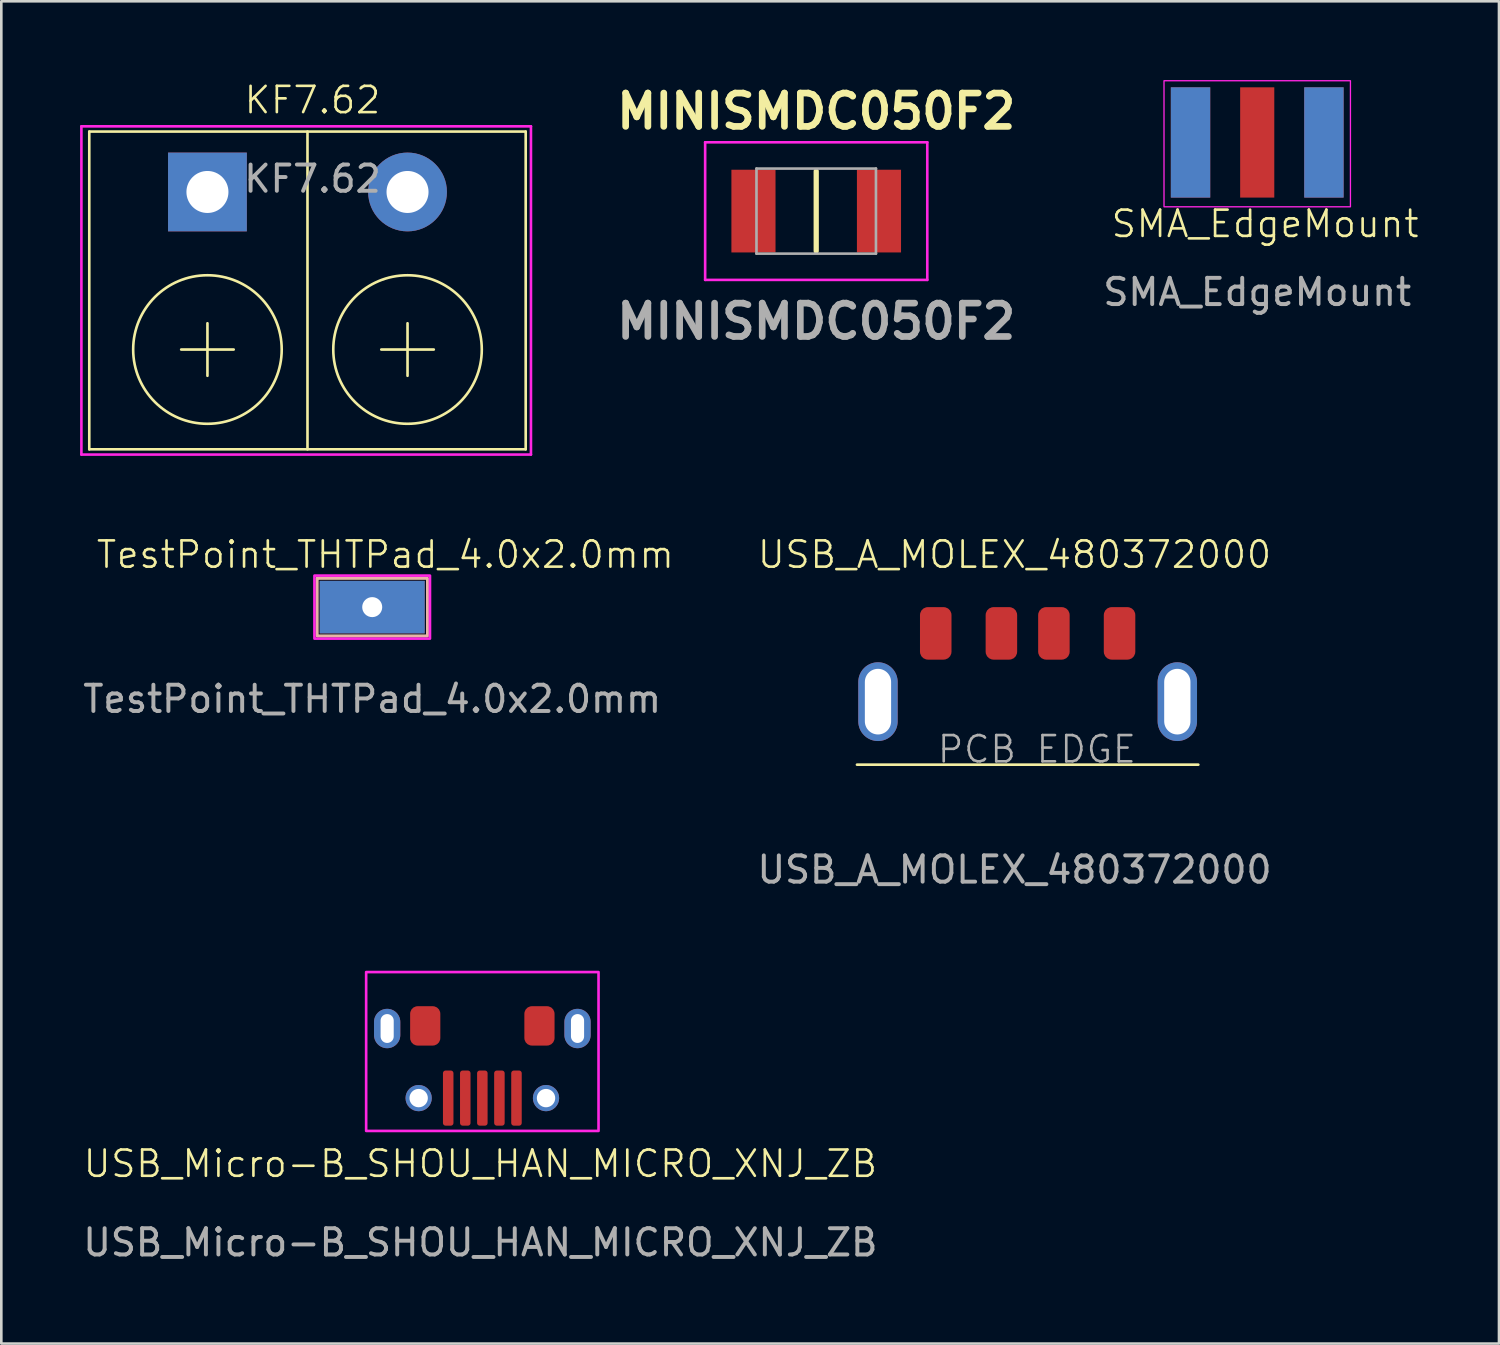
<source format=kicad_pcb>
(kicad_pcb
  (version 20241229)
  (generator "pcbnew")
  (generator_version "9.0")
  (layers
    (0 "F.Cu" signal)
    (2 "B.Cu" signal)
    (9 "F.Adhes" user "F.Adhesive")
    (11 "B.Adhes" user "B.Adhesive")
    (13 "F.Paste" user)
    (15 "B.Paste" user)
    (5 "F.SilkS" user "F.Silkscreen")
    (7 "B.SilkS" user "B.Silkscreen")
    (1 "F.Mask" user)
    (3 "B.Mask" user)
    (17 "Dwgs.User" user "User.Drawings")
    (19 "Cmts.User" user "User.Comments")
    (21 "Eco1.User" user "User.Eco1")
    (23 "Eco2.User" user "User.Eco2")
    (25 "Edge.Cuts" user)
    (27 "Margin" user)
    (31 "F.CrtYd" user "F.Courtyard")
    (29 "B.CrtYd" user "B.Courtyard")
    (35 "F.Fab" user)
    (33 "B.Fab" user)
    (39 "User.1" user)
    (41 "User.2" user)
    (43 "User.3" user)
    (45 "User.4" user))
  (footprint "MINISMDC050F2"
    (layer "F.Cu")
    (at 28.034 4.989)
    (property "Reference" "MINISMDC050F2" (at 0 -3.8 0) (layer "F.SilkS") (effects (font (size 1.27 1.27) (thickness 0.254))))
    (attr smd)
    (fp_line (start 0 -1.52) (end 0 1.52) (stroke (width 0.2) (type solid)) (layer "F.SilkS"))
    (fp_line (start -4.23 -2.62) (end 4.23 -2.62) (stroke (width 0.1) (type solid)) (layer "F.CrtYd"))
    (fp_line (start -4.23 2.62) (end -4.23 -2.62) (stroke (width 0.1) (type solid)) (layer "F.CrtYd"))
    (fp_line (start 4.23 -2.62) (end 4.23 2.62) (stroke (width 0.1) (type solid)) (layer "F.CrtYd"))
    (fp_line (start 4.23 2.62) (end -4.23 2.62) (stroke (width 0.1) (type solid)) (layer "F.CrtYd"))
    (fp_line (start -2.275 -1.62) (end 2.275 -1.62) (stroke (width 0.1) (type solid)) (layer "F.Fab"))
    (fp_line (start -2.275 1.62) (end -2.275 -1.62) (stroke (width 0.1) (type solid)) (layer "F.Fab"))
    (fp_line (start 2.275 -1.62) (end 2.275 1.62) (stroke (width 0.1) (type solid)) (layer "F.Fab"))
    (fp_line (start 2.275 1.62) (end -2.275 1.62) (stroke (width 0.1) (type solid)) (layer "F.Fab"))
    (fp_text user "${REFERENCE}" (at 0 4.2 0) (layer "F.Fab") (effects (font (size 1.27 1.27) (thickness 0.254))))
    (pad "1" smd rect (at -2.39 0) (size 1.68 3.15) (layers "F.Cu" "F.Mask" "F.Paste"))
    (pad "2" smd rect (at 2.39 0) (size 1.68 3.15) (layers "F.Cu" "F.Mask" "F.Paste")))
  (footprint "KF7.62"
    (layer "F.Cu")
    (at 7.85 4.261)
    (property "Reference" "KF7.62" (at 1 -3.5 0) (unlocked yes) (layer "F.SilkS") (effects (font (size 1 1) (thickness 0.1))))
    (attr through_hole)
    (fp_line (start -7.5 -2.3) (end -7.5 9.8) (stroke (width 0.1) (type default)) (layer "F.SilkS"))
    (fp_line (start -4 6) (end -2 6) (stroke (width 0.1) (type default)) (layer "F.SilkS"))
    (fp_line (start -3 5) (end -3 7) (stroke (width 0.1) (type default)) (layer "F.SilkS"))
    (fp_line (start 0.81 9.8) (end 0.81 -2.3) (stroke (width 0.1) (type default)) (layer "F.SilkS"))
    (fp_line (start 3.62 6) (end 5.62 6) (stroke (width 0.1) (type default)) (layer "F.SilkS"))
    (fp_line (start 4.62 5) (end 4.62 7) (stroke (width 0.1) (type default)) (layer "F.SilkS"))
    (fp_line (start 9.12 -2.3) (end -7.5 -2.3) (stroke (width 0.1) (type default)) (layer "F.SilkS"))
    (fp_line (start 9.12 9.8) (end -7.5 9.8) (stroke (width 0.1) (type default)) (layer "F.SilkS"))
    (fp_line (start 9.12 9.8) (end 9.12 -2.3) (stroke (width 0.1) (type default)) (layer "F.SilkS"))
    (fp_circle (center -3 6) (end -5 4) (stroke (width 0.1) (type default)) (fill no) (layer "F.SilkS"))
    (fp_circle (center 4.62 6) (end 7.448 6) (stroke (width 0.1) (type default)) (fill no) (layer "F.SilkS"))
    (fp_line (start -7.8 -2.5) (end -7.8 10) (stroke (width 0.1) (type default)) (layer "F.CrtYd"))
    (fp_line (start 9.32 -2.5) (end -7.8 -2.5) (stroke (width 0.1) (type default)) (layer "F.CrtYd"))
    (fp_line (start 9.32 -2.5) (end 9.32 10) (stroke (width 0.1) (type default)) (layer "F.CrtYd"))
    (fp_line (start 9.32 10) (end -7.8 10) (stroke (width 0.1) (type default)) (layer "F.CrtYd"))
    (fp_text user "${REFERENCE}" (at 1 -0.5 0) (unlocked yes) (layer "F.Fab") (effects (font (size 1 1) (thickness 0.15))))
    (pad "1" thru_hole rect (at -3 0) (size 3 3) (drill 1.6) (layers "*.Cu" "*.Mask"))
    (pad "2" thru_hole circle (at 4.62 0) (size 3 3) (drill 1.6) (layers "*.Cu" "*.Mask")))
  (footprint "USB_Micro-B_SHOU_HAN_MICRO_XNJ_ZB"
    (layer "F.Cu")
    (at 15.244 41.769)
    (property "Reference" "USB_Micro-B_SHOU_HAN_MICRO_XNJ_ZB" (at 0 -0.5 0) (unlocked yes) (layer "F.SilkS") (effects (font (size 1 1) (thickness 0.1))))
    (attr smd)
    (fp_rect (start -4.35 -7.8) (end 4.5 -1.75) (stroke (width 0.1) (type default)) (fill no) (layer "F.CrtYd"))
    (fp_text user "${REFERENCE}" (at 0 2.5 0) (unlocked yes) (layer "F.Fab") (effects (font (size 1 1) (thickness 0.15))))
    (pad "1" smd roundrect (at 1.375 -3) (size 0.4 2.1) (layers "F.Cu" "F.Mask" "F.Paste") (roundrect_rratio 0.25))
    (pad "2" smd roundrect (at 0.725 -3) (size 0.4 2.1) (layers "F.Cu" "F.Mask" "F.Paste") (roundrect_rratio 0.25))
    (pad "3" smd roundrect (at 0.075 -3) (size 0.4 2.1) (layers "F.Cu" "F.Mask" "F.Paste") (roundrect_rratio 0.25))
    (pad "4" smd roundrect (at -0.575 -3) (size 0.4 2.1) (layers "F.Cu" "F.Mask" "F.Paste") (roundrect_rratio 0.25))
    (pad "5" smd roundrect (at -1.225 -3) (size 0.4 2.1) (layers "F.Cu" "F.Mask" "F.Paste") (roundrect_rratio 0.25))
    (pad "6" thru_hole oval (at -3.55 -5.65) (size 1 1.5) (drill oval 0.5 1.1) (layers "*.Cu" "*.Mask"))
    (pad "6" thru_hole circle (at -2.35 -3) (size 1 1) (drill 0.7) (layers "*.Cu" "*.Mask"))
    (pad "6" smd roundrect (at -2.1 -5.75 180) (size 1.15 1.5) (layers "F.Cu" "F.Mask" "F.Paste") (roundrect_rratio 0.25))
    (pad "6" smd roundrect (at 2.25 -5.75 180) (size 1.15 1.5) (layers "F.Cu" "F.Mask" "F.Paste") (roundrect_rratio 0.25))
    (pad "6" thru_hole circle (at 2.5 -3) (size 1 1) (drill 0.7) (layers "*.Cu" "*.Mask"))
    (pad "6" thru_hole oval (at 3.7 -5.65) (size 1 1.5) (drill oval 0.5 1.1) (layers "*.Cu" "*.Mask")))
  (footprint "TestPoint_THTPad_4.0x2.0mm"
    (layer "F.Cu")
    (at 11.125 20.071)
    (property "Reference" "TestPoint_THTPad_4.0x2.0mm" (at 0.5 -2 0) (unlocked yes) (layer "F.SilkS") (effects (font (size 1 1) (thickness 0.1))))
    (attr through_hole)
    (fp_rect (start -2.1 -1.1) (end 2.1 1.1) (stroke (width 0.1) (type default)) (fill no) (layer "F.SilkS"))
    (fp_rect (start -2.1 -1.1) (end 2.1 1.1) (stroke (width 0.1) (type default)) (fill no) (layer "B.SilkS"))
    (fp_rect (start -2.2 -1.2) (end 2.2 1.2) (stroke (width 0.1) (type default)) (fill no) (layer "F.CrtYd"))
    (fp_text user "${REFERENCE}" (at 0 3.5 0) (unlocked yes) (layer "F.Fab") (effects (font (size 1 1) (thickness 0.15))))
    (pad "1" thru_hole rect (at 0 0) (size 4 2) (drill 0.762) (layers "*.Cu" "*.Mask")))
  (footprint "USB_A_MOLEX_480372000"
    (layer "F.Cu")
    (at 36.086 23.071)
    (property "Reference" "USB_A_MOLEX_480372000" (at -0.5 -5 0) (unlocked yes) (layer "F.SilkS") (effects (font (size 1 1) (thickness 0.1))))
    (attr smd)
    (fp_line (start -6.5 3) (end 6.5 3) (stroke (width 0.1) (type default)) (layer "F.SilkS"))
    (fp_line (start -7.5 -4) (end 7.5 -4) (stroke (width 0.1) (type default)) (layer "Margin"))
    (fp_line (start -7.5 4) (end -7.5 -4) (stroke (width 0.1) (type default)) (layer "Margin"))
    (fp_line (start 7.5 -4) (end 7.5 -3) (stroke (width 0.1) (type default)) (layer "Margin"))
    (fp_line (start 7.5 -3) (end 7.5 3) (stroke (width 0.1) (type default)) (layer "Margin"))
    (fp_line (start 7.5 3) (end 7.5 4) (stroke (width 0.1) (type default)) (layer "Margin"))
    (fp_line (start 7.5 4) (end -7.5 4) (stroke (width 0.1) (type default)) (layer "Margin"))
    (fp_text user "PCB EDGE" (at -3.5 3 0) (unlocked yes) (layer "F.Fab") (effects (font (size 1 1) (thickness 0.1)) (justify left bottom)))
    (fp_text user "${REFERENCE}" (at -0.5 7 0) (unlocked yes) (layer "F.Fab") (effects (font (size 1 1) (thickness 0.15))))
    (pad "1" smd roundrect (at 3.5 -2 180) (size 1.2 2) (layers "F.Cu" "F.Mask" "F.Paste") (roundrect_rratio 0.25))
    (pad "2" smd roundrect (at 1 -2 180) (size 1.2 2) (layers "F.Cu" "F.Mask" "F.Paste") (roundrect_rratio 0.25))
    (pad "3" smd roundrect (at -1 -2 180) (size 1.2 2) (layers "F.Cu" "F.Mask" "F.Paste") (roundrect_rratio 0.25))
    (pad "4" smd roundrect (at -3.5 -2 180) (size 1.2 2) (layers "F.Cu" "F.Mask" "F.Paste") (roundrect_rratio 0.25))
    (pad "5" thru_hole oval (at -5.7 0.6 180) (size 1.5 3) (drill oval 1 2.5) (layers "*.Cu" "*.Mask"))
    (pad "5" thru_hole oval (at 5.7 0.6 180) (size 1.5 3) (drill oval 1 2.5) (layers "*.Cu" "*.Mask")))
  (footprint "SMA_EdgeMount"
    (layer "F.Cu")
    (at 44.829 3.375)
    (property "Reference" "SMA_EdgeMount" (at 0.3 2.1 0) (unlocked yes) (layer "F.SilkS") (effects (font (size 1 1) (thickness 0.1))))
    (attr smd)
    (fp_rect (start -3.55 -3.35) (end 3.55 1.45) (stroke (width 0.05) (type default)) (fill no) (layer "F.CrtYd"))
    (fp_text user "${REFERENCE}" (at 0 4.7 0) (unlocked yes) (layer "F.Fab") (effects (font (size 1 1) (thickness 0.15))))
    (pad "1" smd rect (at 0 -1 180) (size 1.3 4.2) (layers "F.Cu" "F.Mask" "F.Paste"))
    (pad "2" smd rect (at -2.54 -1 180) (size 1.5 4.2) (layers "F.Cu" "F.Mask" "F.Paste"))
    (pad "2" smd rect (at -2.54 -1) (size 1.5 4.2) (layers "B.Cu" "B.Mask" "B.Paste"))
    (pad "2" smd rect (at 2.54 -1 180) (size 1.5 4.2) (layers "F.Cu" "F.Mask" "F.Paste"))
    (pad "2" smd rect (at 2.54 -1 180) (size 1.5 4.2) (layers "B.Cu" "B.Mask" "B.Paste")))
  (gr_rect
    (start -3 -3)
    (end 54.036 48.117)
    (stroke (width 0.1) (type default))
    (fill no)
    (layer "Edge.Cuts")))
</source>
